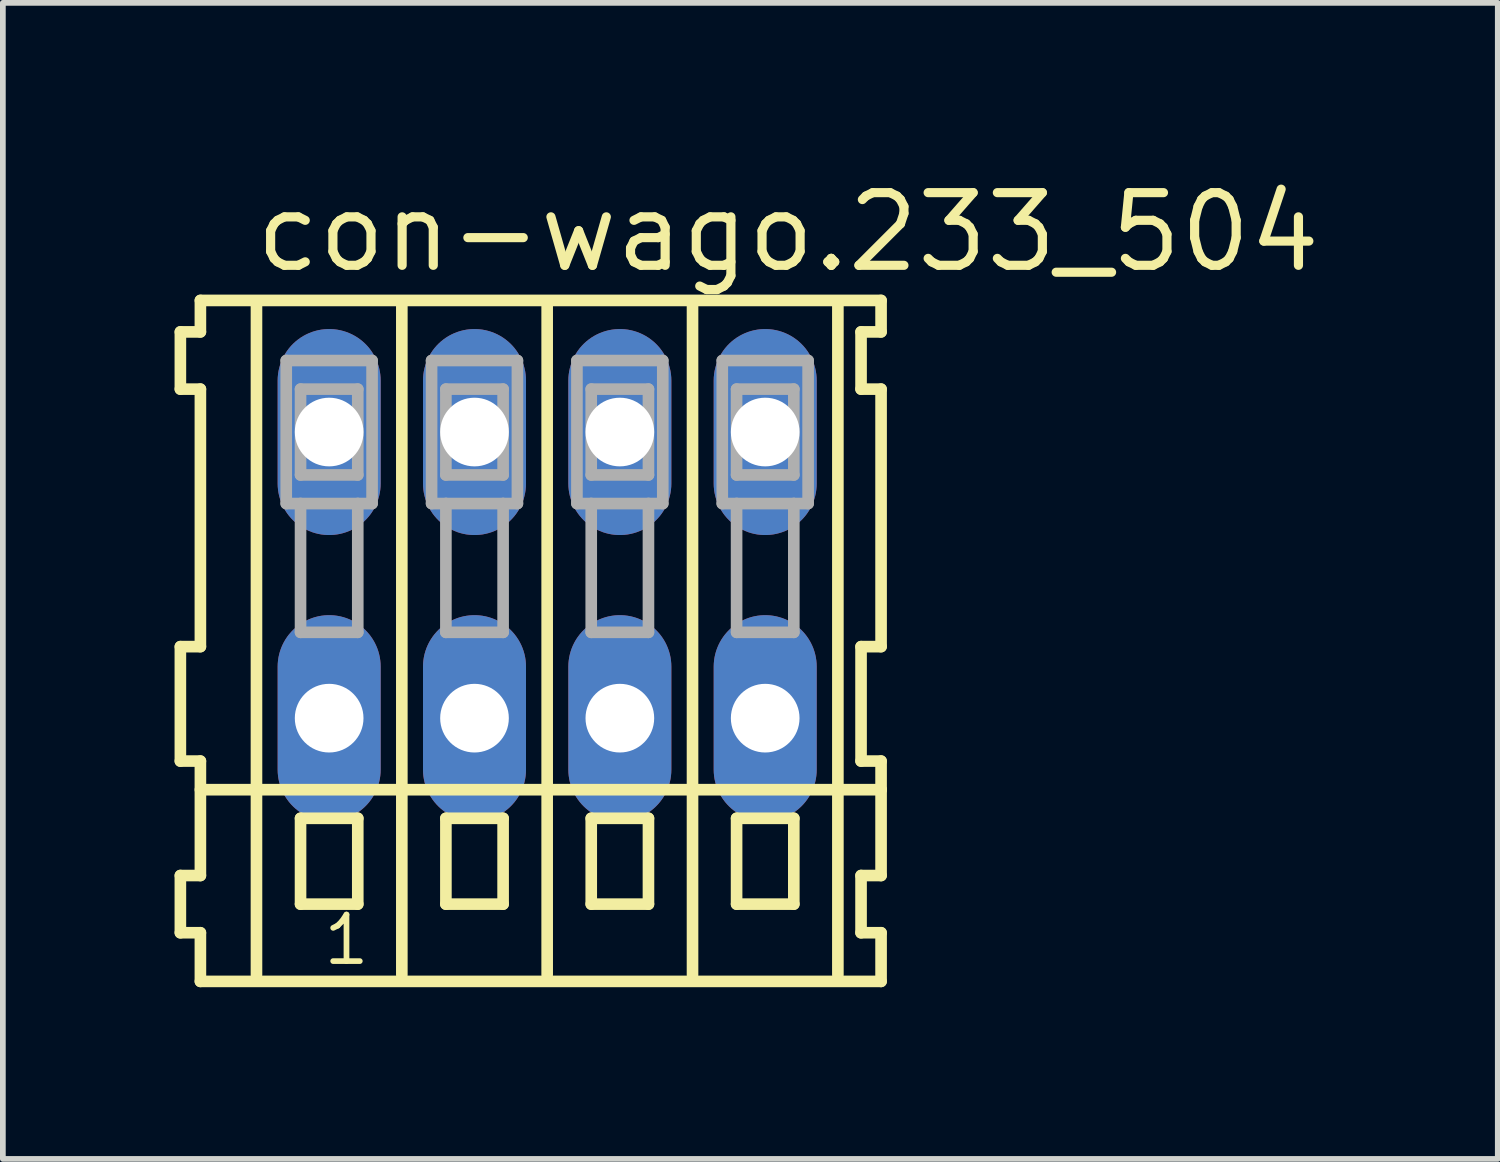
<source format=kicad_pcb>
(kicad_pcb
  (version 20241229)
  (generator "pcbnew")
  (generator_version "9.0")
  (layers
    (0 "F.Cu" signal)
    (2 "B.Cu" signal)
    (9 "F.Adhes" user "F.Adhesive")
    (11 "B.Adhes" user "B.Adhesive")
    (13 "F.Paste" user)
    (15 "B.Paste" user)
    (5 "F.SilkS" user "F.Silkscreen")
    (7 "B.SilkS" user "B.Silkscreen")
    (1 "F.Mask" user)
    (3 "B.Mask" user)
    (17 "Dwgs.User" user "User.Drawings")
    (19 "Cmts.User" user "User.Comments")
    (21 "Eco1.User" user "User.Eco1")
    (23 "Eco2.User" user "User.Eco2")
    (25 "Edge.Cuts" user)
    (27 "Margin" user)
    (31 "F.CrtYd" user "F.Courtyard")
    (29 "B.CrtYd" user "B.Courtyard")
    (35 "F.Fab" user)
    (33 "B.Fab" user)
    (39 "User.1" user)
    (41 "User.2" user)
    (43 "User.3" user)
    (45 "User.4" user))
  (footprint "con-wago.233_504"
    (layer "F.Cu")
    (at 6.512 7)
    (property "Reference" "con-wago.233_504" (at -5.18 -5.25 0) (layer "F.SilkS") (effects (font (size 1.27 1.27) (thickness 0.16)) (justify left bottom)))
    (attr through_hole)
    (fp_line (start -6.41 -4.25) (end -6.41 -3.25) (stroke (width 0.203) (type default)) (layer "F.SilkS"))
    (fp_line (start -6.41 -3.25) (end -6.06 -3.25) (stroke (width 0.203) (type default)) (layer "F.SilkS"))
    (fp_line (start -6.41 1.25) (end -6.41 3.25) (stroke (width 0.203) (type default)) (layer "F.SilkS"))
    (fp_line (start -6.41 3.25) (end -6.06 3.25) (stroke (width 0.203) (type default)) (layer "F.SilkS"))
    (fp_line (start -6.41 5.25) (end -6.41 6.25) (stroke (width 0.203) (type default)) (layer "F.SilkS"))
    (fp_line (start -6.41 6.25) (end -6.06 6.25) (stroke (width 0.203) (type default)) (layer "F.SilkS"))
    (fp_line (start -6.06 -4.8) (end -6.06 -4.25) (stroke (width 0.203) (type default)) (layer "F.SilkS"))
    (fp_line (start -6.06 -4.25) (end -6.41 -4.25) (stroke (width 0.203) (type default)) (layer "F.SilkS"))
    (fp_line (start -6.06 -3.25) (end -6.06 1.25) (stroke (width 0.203) (type default)) (layer "F.SilkS"))
    (fp_line (start -6.06 1.25) (end -6.41 1.25) (stroke (width 0.203) (type default)) (layer "F.SilkS"))
    (fp_line (start -6.06 3.25) (end -6.06 5.25) (stroke (width 0.203) (type default)) (layer "F.SilkS"))
    (fp_line (start -6.06 3.75) (end 5.835 3.75) (stroke (width 0.203) (type default)) (layer "F.SilkS"))
    (fp_line (start -6.06 5.25) (end -6.41 5.25) (stroke (width 0.203) (type default)) (layer "F.SilkS"))
    (fp_line (start -6.06 6.25) (end -6.06 7.1) (stroke (width 0.203) (type default)) (layer "F.SilkS"))
    (fp_line (start -6.06 7.1) (end 5.835 7.1) (stroke (width 0.203) (type default)) (layer "F.SilkS"))
    (fp_line (start -5.08 6.985) (end -5.08 -4.699) (stroke (width 0.203) (type default)) (layer "F.SilkS"))
    (fp_line (start -4.31 4.25) (end -4.31 5.75) (stroke (width 0.203) (type default)) (layer "F.SilkS"))
    (fp_line (start -4.31 5.75) (end -3.31 5.75) (stroke (width 0.203) (type default)) (layer "F.SilkS"))
    (fp_line (start -3.31 4.25) (end -4.31 4.25) (stroke (width 0.203) (type default)) (layer "F.SilkS"))
    (fp_line (start -3.31 5.75) (end -3.31 4.25) (stroke (width 0.203) (type default)) (layer "F.SilkS"))
    (fp_line (start -2.54 6.985) (end -2.54 -4.699) (stroke (width 0.203) (type default)) (layer "F.SilkS"))
    (fp_line (start -1.77 4.25) (end -1.77 5.75) (stroke (width 0.203) (type default)) (layer "F.SilkS"))
    (fp_line (start -1.77 5.75) (end -0.77 5.75) (stroke (width 0.203) (type default)) (layer "F.SilkS"))
    (fp_line (start -0.77 4.25) (end -1.77 4.25) (stroke (width 0.203) (type default)) (layer "F.SilkS"))
    (fp_line (start -0.77 5.75) (end -0.77 4.25) (stroke (width 0.203) (type default)) (layer "F.SilkS"))
    (fp_line (start 0 6.985) (end 0 -4.699) (stroke (width 0.203) (type default)) (layer "F.SilkS"))
    (fp_line (start 0.77 4.25) (end 0.77 5.75) (stroke (width 0.203) (type default)) (layer "F.SilkS"))
    (fp_line (start 0.77 5.75) (end 1.77 5.75) (stroke (width 0.203) (type default)) (layer "F.SilkS"))
    (fp_line (start 1.77 4.25) (end 0.77 4.25) (stroke (width 0.203) (type default)) (layer "F.SilkS"))
    (fp_line (start 1.77 5.75) (end 1.77 4.25) (stroke (width 0.203) (type default)) (layer "F.SilkS"))
    (fp_line (start 2.54 6.985) (end 2.54 -4.699) (stroke (width 0.203) (type default)) (layer "F.SilkS"))
    (fp_line (start 3.31 4.25) (end 3.31 5.75) (stroke (width 0.203) (type default)) (layer "F.SilkS"))
    (fp_line (start 3.31 5.75) (end 4.31 5.75) (stroke (width 0.203) (type default)) (layer "F.SilkS"))
    (fp_line (start 4.31 4.25) (end 3.31 4.25) (stroke (width 0.203) (type default)) (layer "F.SilkS"))
    (fp_line (start 4.31 5.75) (end 4.31 4.25) (stroke (width 0.203) (type default)) (layer "F.SilkS"))
    (fp_line (start 5.08 6.985) (end 5.08 -4.699) (stroke (width 0.203) (type default)) (layer "F.SilkS"))
    (fp_line (start 5.485 -4.25) (end 5.485 -3.25) (stroke (width 0.203) (type default)) (layer "F.SilkS"))
    (fp_line (start 5.485 -3.25) (end 5.835 -3.25) (stroke (width 0.203) (type default)) (layer "F.SilkS"))
    (fp_line (start 5.485 1.25) (end 5.485 3.25) (stroke (width 0.203) (type default)) (layer "F.SilkS"))
    (fp_line (start 5.485 3.25) (end 5.835 3.25) (stroke (width 0.203) (type default)) (layer "F.SilkS"))
    (fp_line (start 5.485 5.25) (end 5.485 6.25) (stroke (width 0.203) (type default)) (layer "F.SilkS"))
    (fp_line (start 5.485 6.25) (end 5.835 6.25) (stroke (width 0.203) (type default)) (layer "F.SilkS"))
    (fp_line (start 5.835 -4.8) (end -6.06 -4.8) (stroke (width 0.203) (type default)) (layer "F.SilkS"))
    (fp_line (start 5.835 -4.25) (end 5.485 -4.25) (stroke (width 0.203) (type default)) (layer "F.SilkS"))
    (fp_line (start 5.835 -4.25) (end 5.835 -4.8) (stroke (width 0.203) (type default)) (layer "F.SilkS"))
    (fp_line (start 5.835 1.25) (end 5.485 1.25) (stroke (width 0.203) (type default)) (layer "F.SilkS"))
    (fp_line (start 5.835 1.25) (end 5.835 -3.25) (stroke (width 0.203) (type default)) (layer "F.SilkS"))
    (fp_line (start 5.835 3.75) (end 5.835 3.25) (stroke (width 0.203) (type default)) (layer "F.SilkS"))
    (fp_line (start 5.835 5.25) (end 5.485 5.25) (stroke (width 0.203) (type default)) (layer "F.SilkS"))
    (fp_line (start 5.835 5.25) (end 5.835 3.75) (stroke (width 0.203) (type default)) (layer "F.SilkS"))
    (fp_line (start 5.835 7.1) (end 5.835 6.25) (stroke (width 0.203) (type default)) (layer "F.SilkS"))
    (fp_line (start -4.56 -3.75) (end -4.56 -1.25) (stroke (width 0.203) (type default)) (layer "F.Fab"))
    (fp_line (start -4.56 -1.25) (end -4.31 -1.25) (stroke (width 0.203) (type default)) (layer "F.Fab"))
    (fp_line (start -4.31 -3.25) (end -4.31 -1.75) (stroke (width 0.203) (type default)) (layer "F.Fab"))
    (fp_line (start -4.31 -1.75) (end -3.31 -1.75) (stroke (width 0.203) (type default)) (layer "F.Fab"))
    (fp_line (start -4.31 -1.25) (end -4.31 1) (stroke (width 0.203) (type default)) (layer "F.Fab"))
    (fp_line (start -4.31 -1.25) (end -3.31 -1.25) (stroke (width 0.203) (type default)) (layer "F.Fab"))
    (fp_line (start -4.31 1) (end -3.31 1) (stroke (width 0.203) (type default)) (layer "F.Fab"))
    (fp_line (start -3.31 -3.25) (end -4.31 -3.25) (stroke (width 0.203) (type default)) (layer "F.Fab"))
    (fp_line (start -3.31 -1.75) (end -3.31 -3.25) (stroke (width 0.203) (type default)) (layer "F.Fab"))
    (fp_line (start -3.31 -1.25) (end -3.06 -1.25) (stroke (width 0.203) (type default)) (layer "F.Fab"))
    (fp_line (start -3.31 1) (end -3.31 -1.25) (stroke (width 0.203) (type default)) (layer "F.Fab"))
    (fp_line (start -3.06 -3.75) (end -4.56 -3.75) (stroke (width 0.203) (type default)) (layer "F.Fab"))
    (fp_line (start -3.06 -1.25) (end -3.06 -3.75) (stroke (width 0.203) (type default)) (layer "F.Fab"))
    (fp_line (start -2.02 -3.75) (end -2.02 -1.25) (stroke (width 0.203) (type default)) (layer "F.Fab"))
    (fp_line (start -2.02 -1.25) (end -1.77 -1.25) (stroke (width 0.203) (type default)) (layer "F.Fab"))
    (fp_line (start -1.77 -3.25) (end -1.77 -1.75) (stroke (width 0.203) (type default)) (layer "F.Fab"))
    (fp_line (start -1.77 -1.75) (end -0.77 -1.75) (stroke (width 0.203) (type default)) (layer "F.Fab"))
    (fp_line (start -1.77 -1.25) (end -1.77 1) (stroke (width 0.203) (type default)) (layer "F.Fab"))
    (fp_line (start -1.77 -1.25) (end -0.77 -1.25) (stroke (width 0.203) (type default)) (layer "F.Fab"))
    (fp_line (start -1.77 1) (end -0.77 1) (stroke (width 0.203) (type default)) (layer "F.Fab"))
    (fp_line (start -0.77 -3.25) (end -1.77 -3.25) (stroke (width 0.203) (type default)) (layer "F.Fab"))
    (fp_line (start -0.77 -1.75) (end -0.77 -3.25) (stroke (width 0.203) (type default)) (layer "F.Fab"))
    (fp_line (start -0.77 -1.25) (end -0.52 -1.25) (stroke (width 0.203) (type default)) (layer "F.Fab"))
    (fp_line (start -0.77 1) (end -0.77 -1.25) (stroke (width 0.203) (type default)) (layer "F.Fab"))
    (fp_line (start -0.52 -3.75) (end -2.02 -3.75) (stroke (width 0.203) (type default)) (layer "F.Fab"))
    (fp_line (start -0.52 -1.25) (end -0.52 -3.75) (stroke (width 0.203) (type default)) (layer "F.Fab"))
    (fp_line (start 0.52 -3.75) (end 0.52 -1.25) (stroke (width 0.203) (type default)) (layer "F.Fab"))
    (fp_line (start 0.52 -1.25) (end 0.77 -1.25) (stroke (width 0.203) (type default)) (layer "F.Fab"))
    (fp_line (start 0.77 -3.25) (end 0.77 -1.75) (stroke (width 0.203) (type default)) (layer "F.Fab"))
    (fp_line (start 0.77 -1.75) (end 1.77 -1.75) (stroke (width 0.203) (type default)) (layer "F.Fab"))
    (fp_line (start 0.77 -1.25) (end 0.77 1) (stroke (width 0.203) (type default)) (layer "F.Fab"))
    (fp_line (start 0.77 -1.25) (end 1.77 -1.25) (stroke (width 0.203) (type default)) (layer "F.Fab"))
    (fp_line (start 0.77 1) (end 1.77 1) (stroke (width 0.203) (type default)) (layer "F.Fab"))
    (fp_line (start 1.77 -3.25) (end 0.77 -3.25) (stroke (width 0.203) (type default)) (layer "F.Fab"))
    (fp_line (start 1.77 -1.75) (end 1.77 -3.25) (stroke (width 0.203) (type default)) (layer "F.Fab"))
    (fp_line (start 1.77 -1.25) (end 2.02 -1.25) (stroke (width 0.203) (type default)) (layer "F.Fab"))
    (fp_line (start 1.77 1) (end 1.77 -1.25) (stroke (width 0.203) (type default)) (layer "F.Fab"))
    (fp_line (start 2.02 -3.75) (end 0.52 -3.75) (stroke (width 0.203) (type default)) (layer "F.Fab"))
    (fp_line (start 2.02 -1.25) (end 2.02 -3.75) (stroke (width 0.203) (type default)) (layer "F.Fab"))
    (fp_line (start 3.06 -3.75) (end 3.06 -1.25) (stroke (width 0.203) (type default)) (layer "F.Fab"))
    (fp_line (start 3.06 -1.25) (end 3.31 -1.25) (stroke (width 0.203) (type default)) (layer "F.Fab"))
    (fp_line (start 3.31 -3.25) (end 3.31 -1.75) (stroke (width 0.203) (type default)) (layer "F.Fab"))
    (fp_line (start 3.31 -1.75) (end 4.31 -1.75) (stroke (width 0.203) (type default)) (layer "F.Fab"))
    (fp_line (start 3.31 -1.25) (end 3.31 1) (stroke (width 0.203) (type default)) (layer "F.Fab"))
    (fp_line (start 3.31 -1.25) (end 4.31 -1.25) (stroke (width 0.203) (type default)) (layer "F.Fab"))
    (fp_line (start 3.31 1) (end 4.31 1) (stroke (width 0.203) (type default)) (layer "F.Fab"))
    (fp_line (start 4.31 -3.25) (end 3.31 -3.25) (stroke (width 0.203) (type default)) (layer "F.Fab"))
    (fp_line (start 4.31 -1.75) (end 4.31 -3.25) (stroke (width 0.203) (type default)) (layer "F.Fab"))
    (fp_line (start 4.31 -1.25) (end 4.56 -1.25) (stroke (width 0.203) (type default)) (layer "F.Fab"))
    (fp_line (start 4.31 1) (end 4.31 -1.25) (stroke (width 0.203) (type default)) (layer "F.Fab"))
    (fp_line (start 4.56 -3.75) (end 3.06 -3.75) (stroke (width 0.203) (type default)) (layer "F.Fab"))
    (fp_line (start 4.56 -1.25) (end 4.56 -3.75) (stroke (width 0.203) (type default)) (layer "F.Fab"))
    (fp_text user "1" (at -3.96 6.85 0) (layer "F.SilkS") (effects (font (size 0.813 0.813) (thickness 0.1)) (justify left bottom)))
    (pad "A1" thru_hole oval (at -3.81 -2.5 90) (size 3.6 1.8) (drill 1.2) (layers "*.Cu" "*.Mask"))
    (pad "A2" thru_hole oval (at -1.27 -2.5 90) (size 3.6 1.8) (drill 1.2) (layers "*.Cu" "*.Mask"))
    (pad "A3" thru_hole oval (at 1.27 -2.5 90) (size 3.6 1.8) (drill 1.2) (layers "*.Cu" "*.Mask"))
    (pad "A4" thru_hole oval (at 3.81 -2.5 90) (size 3.6 1.8) (drill 1.2) (layers "*.Cu" "*.Mask"))
    (pad "B1" thru_hole oval (at -3.81 2.5 90) (size 3.6 1.8) (drill 1.2) (layers "*.Cu" "*.Mask"))
    (pad "B2" thru_hole oval (at -1.27 2.5 90) (size 3.6 1.8) (drill 1.2) (layers "*.Cu" "*.Mask"))
    (pad "B3" thru_hole oval (at 1.27 2.5 90) (size 3.6 1.8) (drill 1.2) (layers "*.Cu" "*.Mask"))
    (pad "B4" thru_hole oval (at 3.81 2.5 90) (size 3.6 1.8) (drill 1.2) (layers "*.Cu" "*.Mask")))
  (gr_rect
    (start -3 -3)
    (end 23.124 17.202)
    (stroke (width 0.1) (type default))
    (fill no)
    (layer "Edge.Cuts")))
</source>
